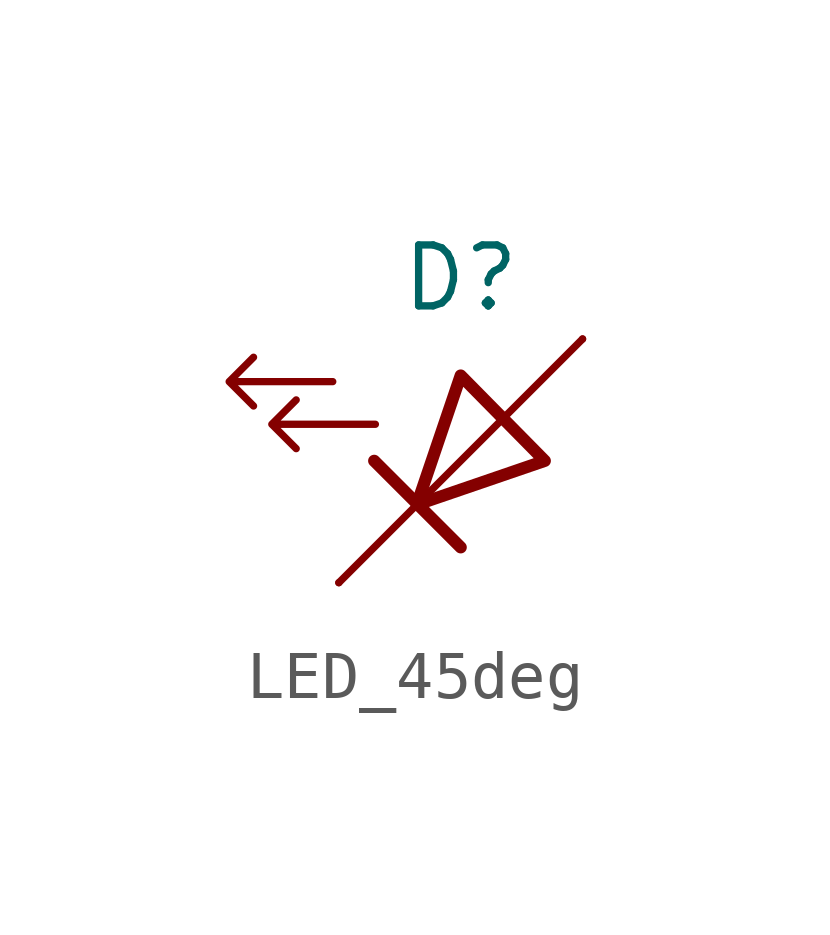
<source format=kicad_sym>
(kicad_symbol_lib
  (version 20210619)
  (generator kicad_symbol_editor)
  (symbol "LED_45deg"
    (pin_numbers hide)
    (pin_names hide)
    (property "Reference" "D"
      (at 0 3.81 0)
      (effects (font (size 1.27 1.27))))
    (symbol "LED_45deg_0_1"
      (polyline (pts (xy -1.803 0) (xy 0 -1.803)) (stroke (width 0.254)) (fill (type none)))
      (polyline (pts (xy 2.54 2.54) (xy -2.54 -2.54)) (stroke (width 0)) (fill (type none)))
      (polyline (pts (xy 1.753 0) (xy 0 1.778) (xy -0.914 -0.914) (xy 1.753 0)) (stroke (width 0.254)) (fill (type none)))
      (polyline (pts (xy -2.667 1.651) (xy -4.826 1.651) (xy -4.318 1.143) (xy -4.826 1.651) (xy -4.318 2.159)) (stroke (width 0)) (fill (type none)))
      (polyline (pts (xy -1.778 0.762) (xy -3.937 0.762) (xy -3.429 0.254) (xy -3.937 0.762) (xy -3.429 1.27)) (stroke (width 0)) (fill (type none))))
    (symbol "LED_45deg_1_1"
      (pin passive line (at -2.54 -2.54 0) (length 0) (name "K" (effects (font (size 1.27 1.27)))) (number "1" (effects (font (size 1.27 1.27)))))
      (pin passive line (at 2.54 2.54 180) (length 0) (name "A" (effects (font (size 1.27 1.27)))) (number "2" (effects (font (size 1.27 1.27))))))))
</source>
